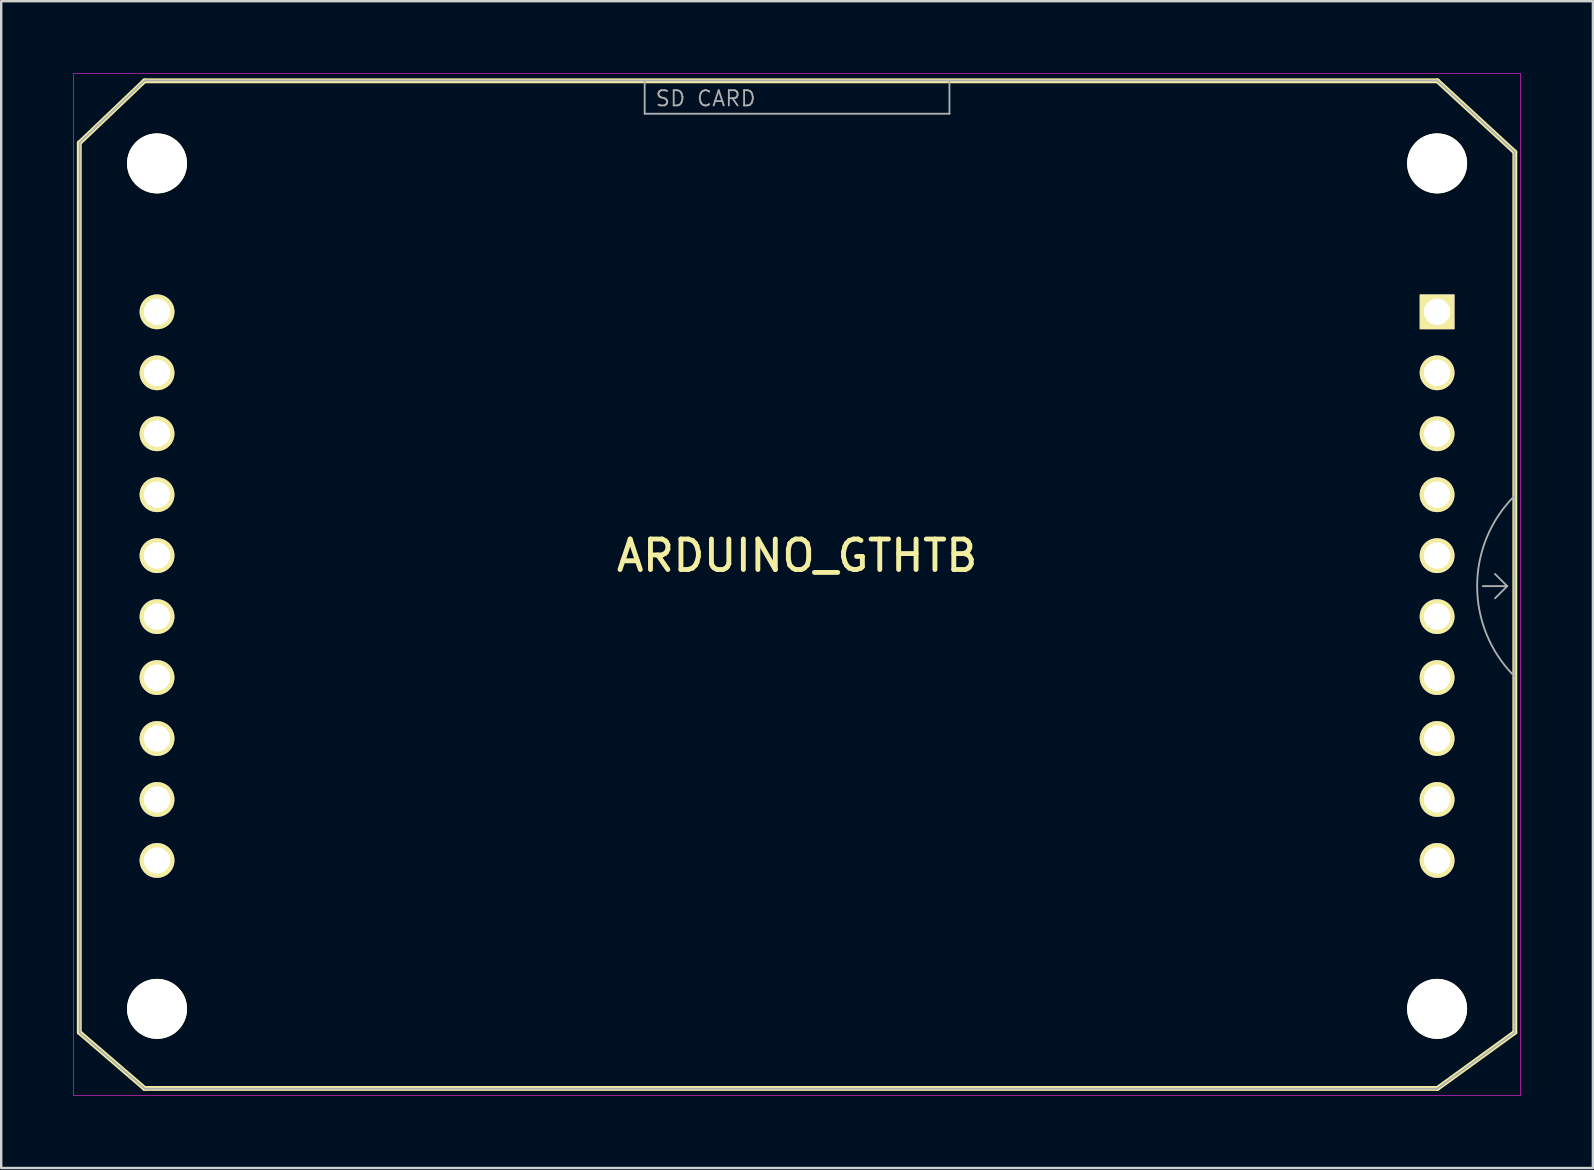
<source format=kicad_pcb>
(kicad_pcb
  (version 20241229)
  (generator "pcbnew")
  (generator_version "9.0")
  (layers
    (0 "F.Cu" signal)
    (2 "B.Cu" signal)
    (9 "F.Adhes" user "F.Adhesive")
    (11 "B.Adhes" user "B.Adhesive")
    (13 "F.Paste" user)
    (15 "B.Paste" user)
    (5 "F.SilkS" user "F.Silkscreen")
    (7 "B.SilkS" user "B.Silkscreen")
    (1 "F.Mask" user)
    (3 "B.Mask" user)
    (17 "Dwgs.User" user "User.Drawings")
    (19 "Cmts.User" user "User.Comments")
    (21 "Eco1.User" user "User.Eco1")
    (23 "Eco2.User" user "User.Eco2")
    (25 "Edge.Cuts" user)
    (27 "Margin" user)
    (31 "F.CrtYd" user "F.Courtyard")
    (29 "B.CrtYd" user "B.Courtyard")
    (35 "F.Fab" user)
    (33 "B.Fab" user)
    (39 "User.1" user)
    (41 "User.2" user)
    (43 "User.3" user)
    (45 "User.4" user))
  (footprint "ARDUINO_GTHTB"
    (layer "F.Cu")
    (at 30.163 21.374)
    (property "Reference" "ARDUINO_GTHTB" (at 0 -1.27 0) (layer "F.SilkS") (effects (font (size 1.27 1.27) (thickness 0.203))))
    (attr through_hole)
    (fp_line (start -29.909 -18.466) (end -27.191 -21.057) (stroke (width 0.203) (type solid)) (layer "F.SilkS"))
    (fp_line (start -29.909 18.593) (end -29.909 -18.466) (stroke (width 0.203) (type solid)) (layer "F.SilkS"))
    (fp_line (start -27.191 -21.057) (end 26.683 -21.057) (stroke (width 0.203) (type solid)) (layer "F.SilkS"))
    (fp_line (start -27.191 20.93) (end -29.909 18.593) (stroke (width 0.203) (type solid)) (layer "F.SilkS"))
    (fp_line (start 26.683 -21.057) (end 29.909 -18.085) (stroke (width 0.203) (type solid)) (layer "F.SilkS"))
    (fp_line (start 26.683 20.93) (end -27.191 20.93) (stroke (width 0.203) (type solid)) (layer "F.SilkS"))
    (fp_line (start 29.909 -18.085) (end 29.909 18.593) (stroke (width 0.203) (type solid)) (layer "F.SilkS"))
    (fp_line (start 29.909 18.593) (end 26.683 20.93) (stroke (width 0.203) (type solid)) (layer "F.SilkS"))
    (fp_line (start -30.15 -21.361) (end 30.15 -21.361) (stroke (width 0.025) (type solid)) (layer "F.CrtYd"))
    (fp_line (start -30.15 21.234) (end -30.15 -21.361) (stroke (width 0.025) (type solid)) (layer "F.CrtYd"))
    (fp_line (start 30.15 -21.361) (end 30.15 21.234) (stroke (width 0.025) (type solid)) (layer "F.CrtYd"))
    (fp_line (start 30.15 21.234) (end -30.15 21.234) (stroke (width 0.025) (type solid)) (layer "F.CrtYd"))
    (fp_line (start -29.896 -18.479) (end -27.178 -21.069) (stroke (width 0.076) (type solid)) (layer "F.Fab"))
    (fp_line (start -29.896 18.605) (end -29.896 -18.479) (stroke (width 0.076) (type solid)) (layer "F.Fab"))
    (fp_line (start -27.178 -21.069) (end 26.67 -21.069) (stroke (width 0.076) (type solid)) (layer "F.Fab"))
    (fp_line (start -27.178 20.942) (end -29.896 18.605) (stroke (width 0.076) (type solid)) (layer "F.Fab"))
    (fp_line (start -6.35 -21.069) (end -6.35 -19.685) (stroke (width 0.076) (type solid)) (layer "F.Fab"))
    (fp_line (start -6.35 -19.685) (end 6.35 -19.685) (stroke (width 0.076) (type solid)) (layer "F.Fab"))
    (fp_line (start 6.35 -19.685) (end 6.35 -21.069) (stroke (width 0.076) (type solid)) (layer "F.Fab"))
    (fp_line (start 26.67 -21.069) (end 29.896 -18.098) (stroke (width 0.076) (type solid)) (layer "F.Fab"))
    (fp_line (start 26.67 20.942) (end -27.178 20.942) (stroke (width 0.076) (type solid)) (layer "F.Fab"))
    (fp_line (start 29.591 0) (end 28.575 0) (stroke (width 0.076) (type solid)) (layer "F.Fab"))
    (fp_line (start 29.591 0) (end 29.083 -0.508) (stroke (width 0.076) (type solid)) (layer "F.Fab"))
    (fp_line (start 29.591 0) (end 29.083 0.508) (stroke (width 0.076) (type solid)) (layer "F.Fab"))
    (fp_line (start 29.896 -18.098) (end 29.896 18.605) (stroke (width 0.076) (type solid)) (layer "F.Fab"))
    (fp_line (start 29.896 18.605) (end 26.67 20.942) (stroke (width 0.076) (type solid)) (layer "F.Fab"))
    (fp_arc (start 29.8958 3.7592) (mid 28.338688 0) (end 29.8958 -3.7592) (stroke (width 0.0762) (type solid)) (layer "F.Fab"))
    (fp_text user "SD CARD" (at -3.81 -20.32 0) (layer "F.Fab") (effects (font (size 0.635 0.635) (thickness 0.076))))
    (pad "" np_thru_hole circle (at -26.67 -17.615 0.1) (size 2.5 2.5) (drill 2.5) (layers "*.Cu" "*.Mask" "F.SilkS"))
    (pad "" np_thru_hole circle (at -26.67 17.615 0.1) (size 2.5 2.5) (drill 2.5) (layers "*.Cu" "*.Mask" "F.SilkS"))
    (pad "" np_thru_hole circle (at 26.67 -17.615 0.1) (size 2.5 2.5) (drill 2.5) (layers "*.Cu" "*.Mask" "F.SilkS"))
    (pad "" np_thru_hole circle (at 26.67 17.615 0.1) (size 2.5 2.5) (drill 2.5) (layers "*.Cu" "*.Mask" "F.SilkS"))
    (pad "0" thru_hole circle (at -26.67 -11.43) (size 1.45 1.45) (drill 1.1) (layers "*.Cu" "*.Mask" "F.SilkS"))
    (pad "0" thru_hole circle (at -26.67 -8.89) (size 1.45 1.45) (drill 1.1) (layers "*.Cu" "*.Mask" "F.SilkS"))
    (pad "0" thru_hole circle (at -26.67 -6.35) (size 1.45 1.45) (drill 1.1) (layers "*.Cu" "*.Mask" "F.SilkS"))
    (pad "0" thru_hole circle (at -26.67 -3.81) (size 1.45 1.45) (drill 1.1) (layers "*.Cu" "*.Mask" "F.SilkS"))
    (pad "0" thru_hole circle (at -26.67 -1.27) (size 1.45 1.45) (drill 1.1) (layers "*.Cu" "*.Mask" "F.SilkS"))
    (pad "0" thru_hole circle (at -26.67 1.27) (size 1.45 1.45) (drill 1.1) (layers "*.Cu" "*.Mask" "F.SilkS"))
    (pad "0" thru_hole circle (at -26.67 3.81) (size 1.45 1.45) (drill 1.1) (layers "*.Cu" "*.Mask" "F.SilkS"))
    (pad "0" thru_hole circle (at -26.67 6.35) (size 1.45 1.45) (drill 1.1) (layers "*.Cu" "*.Mask" "F.SilkS"))
    (pad "0" thru_hole circle (at -26.67 8.89) (size 1.45 1.45) (drill 1.1) (layers "*.Cu" "*.Mask" "F.SilkS"))
    (pad "0" thru_hole circle (at -26.67 11.43) (size 1.45 1.45) (drill 1.1) (layers "*.Cu" "*.Mask" "F.SilkS"))
    (pad "1" thru_hole rect (at 26.67 -11.43) (size 1.45 1.45) (drill 1.1) (layers "*.Cu" "*.Mask" "F.SilkS"))
    (pad "2" thru_hole circle (at 26.67 -8.89) (size 1.45 1.45) (drill 1.1) (layers "*.Cu" "*.Mask" "F.SilkS"))
    (pad "3" thru_hole circle (at 26.67 -6.35) (size 1.45 1.45) (drill 1.1) (layers "*.Cu" "*.Mask" "F.SilkS"))
    (pad "4" thru_hole circle (at 26.67 -3.81) (size 1.45 1.45) (drill 1.1) (layers "*.Cu" "*.Mask" "F.SilkS"))
    (pad "5" thru_hole circle (at 26.67 -1.27) (size 1.45 1.45) (drill 1.1) (layers "*.Cu" "*.Mask" "F.SilkS"))
    (pad "6" thru_hole circle (at 26.67 1.27) (size 1.45 1.45) (drill 1.1) (layers "*.Cu" "*.Mask" "F.SilkS"))
    (pad "7" thru_hole circle (at 26.67 3.81) (size 1.45 1.45) (drill 1.1) (layers "*.Cu" "*.Mask" "F.SilkS"))
    (pad "8" thru_hole circle (at 26.67 6.35) (size 1.45 1.45) (drill 1.1) (layers "*.Cu" "*.Mask" "F.SilkS"))
    (pad "9" thru_hole circle (at 26.67 8.89) (size 1.45 1.45) (drill 1.1) (layers "*.Cu" "*.Mask" "F.SilkS"))
    (pad "10" thru_hole circle (at 26.67 11.43) (size 1.45 1.45) (drill 1.1) (layers "*.Cu" "*.Mask" "F.SilkS")))
  (gr_rect
    (start -3 -3)
    (end 63.325 45.621)
    (stroke (width 0.1) (type default))
    (fill no)
    (layer "Edge.Cuts")))
</source>
